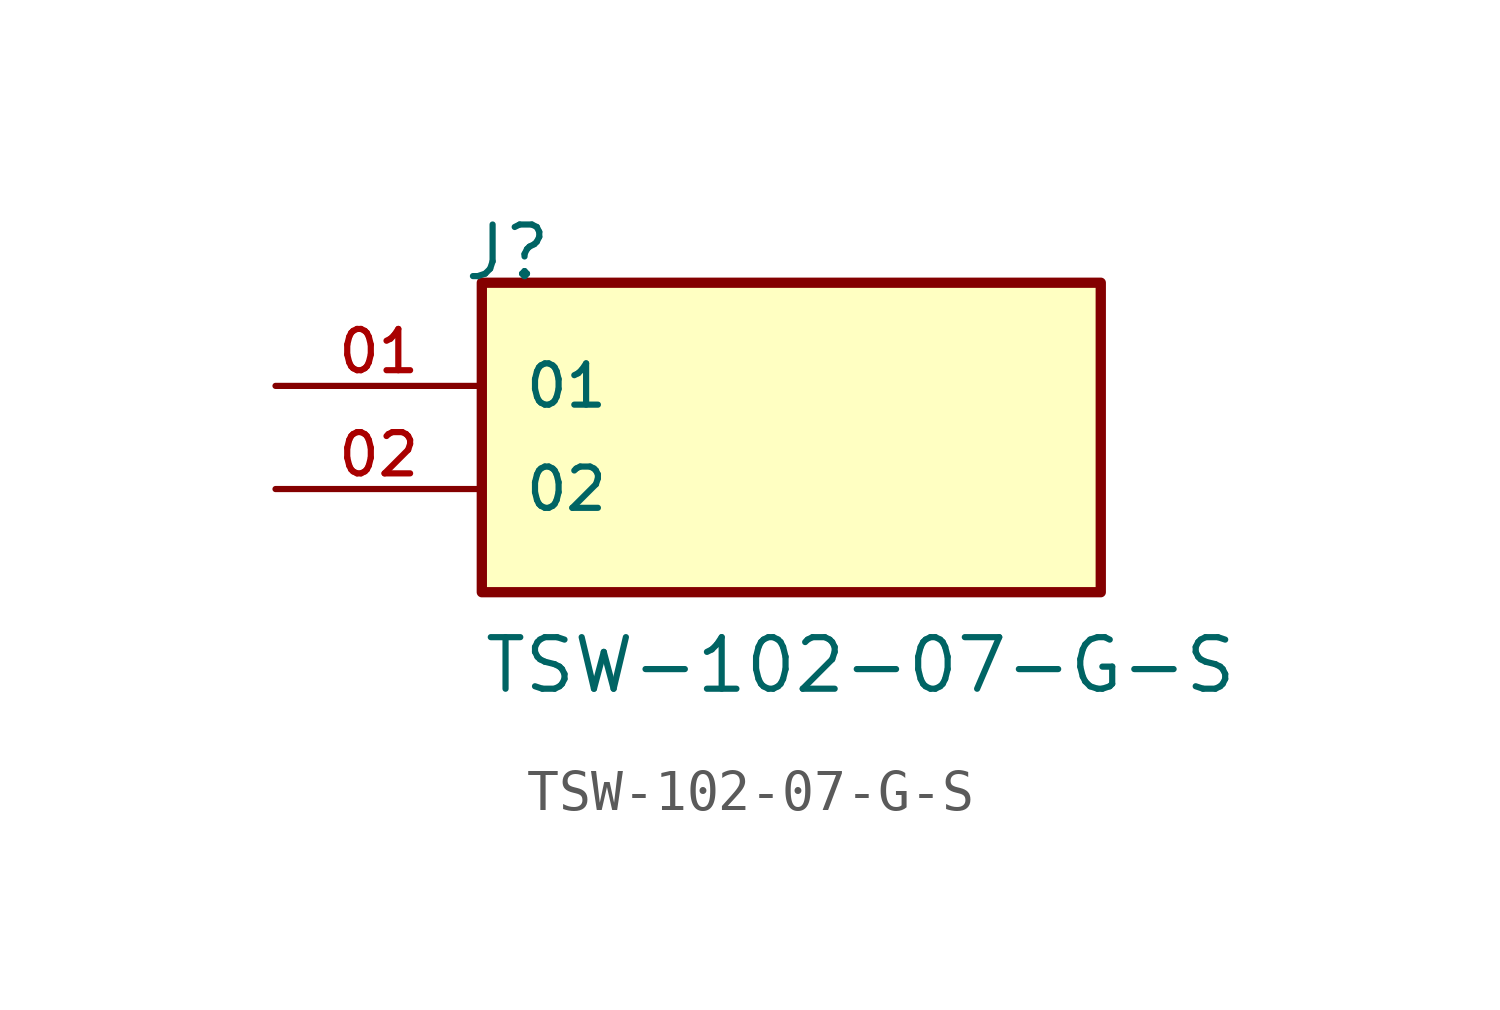
<source format=kicad_sym>
(kicad_symbol_lib
  (version 20211014)
  (generator kicad_symbol_editor)
  (symbol "TSW-102-07-G-S"
    (pin_names
      (offset 1.016))
    (property "Reference" "J"
      (at -8.12 5.08 0)
      (effects (font (size 1.27 1.27)) (justify left bottom)))
    (property "Value" "TSW-102-07-G-S"
      (at -7.62 -5.08 0)
      (effects (font (size 1.27 1.27)) (justify left bottom)))
    (symbol "TSW-102-07-G-S_0_0"
      (rectangle (start -7.62 -2.54) (end 7.62 5.08) (stroke (width 0.254) (type default) (color 0 0 0 0)) (fill (type background)))
      (pin passive line (at -12.7 2.54 0) (length 5.08) (name "01" (effects (font (size 1.016 1.016)))) (number "01" (effects (font (size 1.016 1.016)))))
      (pin passive line (at -12.7 0 0) (length 5.08) (name "02" (effects (font (size 1.016 1.016)))) (number "02" (effects (font (size 1.016 1.016))))))))
</source>
